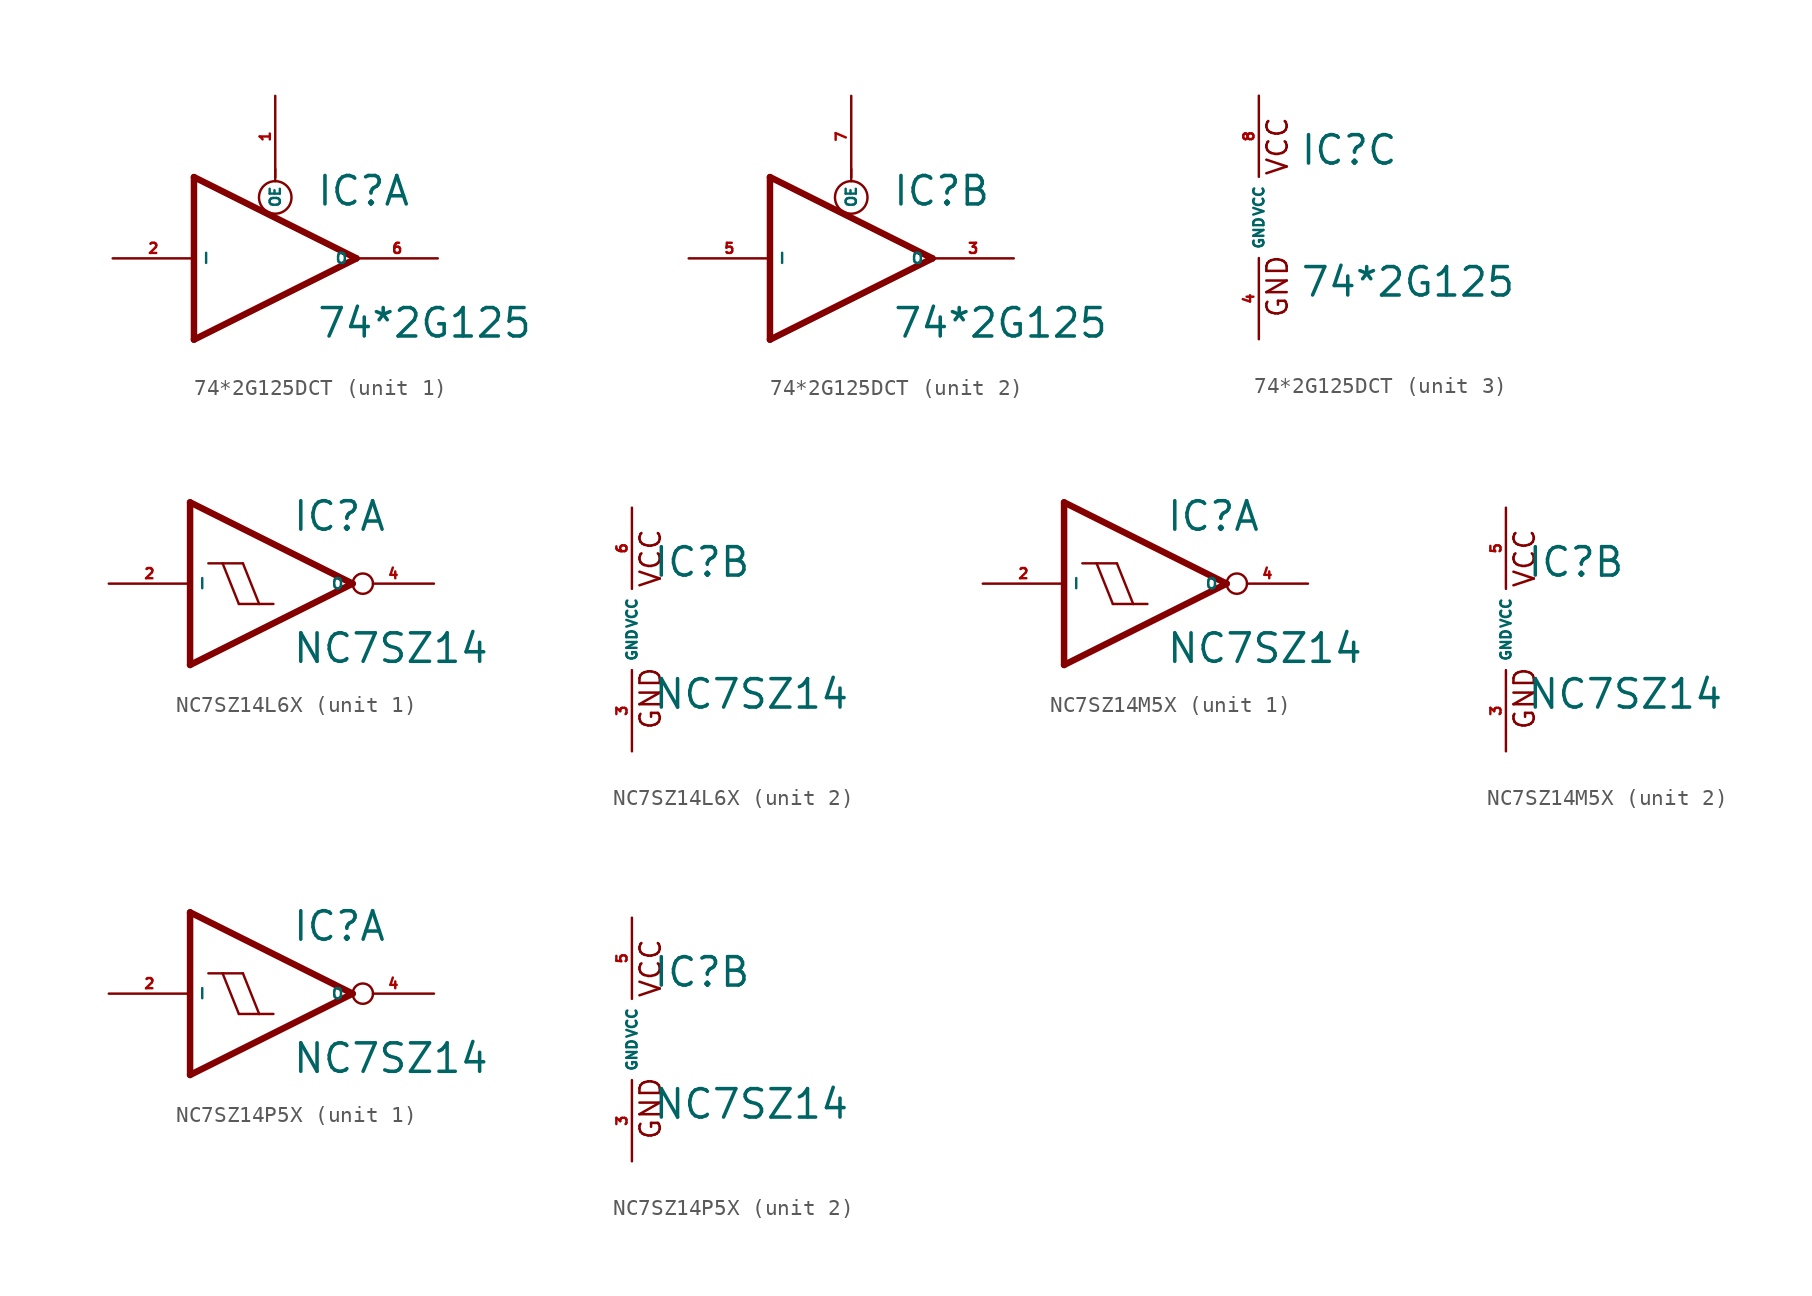
<source format=kicad_sym>
(kicad_symbol_lib
  (version 20220914)
  (generator Eagle2Kicad)
  (symbol "74*2G125DCT"
    (property "Reference" "IC"
      (at 2.54 3.175 0)
      (effects (font (size 1.778 1.778) (thickness 0.22)) (justify left bottom)))
    (property "Value" "74*2G125"
      (at 2.54 -5.08 0)
      (effects (font (size 1.778 1.778) (thickness 0.22)) (justify left bottom)))
    (symbol "74*2G125DCT_1_0"
      (polyline (pts (xy 5.08 0) (xy -5.08 5.08)) (stroke (width 0.406) (type default)) (fill (type none)))
      (polyline (pts (xy 5.08 0) (xy -5.08 -5.08)) (stroke (width 0.406) (type default)) (fill (type none)))
      (polyline (pts (xy -5.08 -5.08) (xy -5.08 5.08)) (stroke (width 0.406) (type default)) (fill (type none)))
      (polyline (pts (xy 0 4.826) (xy 0 5.588)) (stroke (width 0.152) (type default)) (fill (type none)))
      (circle (center 0 3.81) (radius 1.016) (stroke (width 0.152) (type default)) (fill (type none)))
      (pin input line (at 0 10.16 270) (length 5.08) (name "OE" (effects (font (size 0.635 0.635) (thickness 0.08)) (justify left bottom))) (number "1" (effects (font (size 0.635 0.635) (thickness 0.08)) (justify left bottom))))
      (pin input line (at -10.16 0 0) (length 5.08) (name "I" (effects (font (size 0.635 0.635) (thickness 0.08)) (justify left bottom))) (number "2" (effects (font (size 0.635 0.635) (thickness 0.08)) (justify left bottom))))
      (pin tri_state line (at 10.16 0 180) (length 5.08) (name "O" (effects (font (size 0.635 0.635) (thickness 0.08)) (justify left bottom))) (number "6" (effects (font (size 0.635 0.635) (thickness 0.08)) (justify left bottom)))))
    (symbol "74*2G125DCT_2_0"
      (polyline (pts (xy 5.08 0) (xy -5.08 5.08)) (stroke (width 0.406) (type default)) (fill (type none)))
      (polyline (pts (xy 5.08 0) (xy -5.08 -5.08)) (stroke (width 0.406) (type default)) (fill (type none)))
      (polyline (pts (xy -5.08 -5.08) (xy -5.08 5.08)) (stroke (width 0.406) (type default)) (fill (type none)))
      (polyline (pts (xy 0 4.826) (xy 0 5.588)) (stroke (width 0.152) (type default)) (fill (type none)))
      (circle (center 0 3.81) (radius 1.016) (stroke (width 0.152) (type default)) (fill (type none)))
      (pin input line (at 0 10.16 270) (length 5.08) (name "OE" (effects (font (size 0.635 0.635) (thickness 0.08)) (justify left bottom))) (number "7" (effects (font (size 0.635 0.635) (thickness 0.08)) (justify left bottom))))
      (pin input line (at -10.16 0 0) (length 5.08) (name "I" (effects (font (size 0.635 0.635) (thickness 0.08)) (justify left bottom))) (number "5" (effects (font (size 0.635 0.635) (thickness 0.08)) (justify left bottom))))
      (pin tri_state line (at 10.16 0 180) (length 5.08) (name "O" (effects (font (size 0.635 0.635) (thickness 0.08)) (justify left bottom))) (number "3" (effects (font (size 0.635 0.635) (thickness 0.08)) (justify left bottom)))))
    (symbol "74*2G125DCT_3_0"
      (text "GND" (at 1.905 -6.35 900) (effects (font (size 1.27 1.27) (thickness 0.16)) (justify left bottom)))
      (text "VCC" (at 1.905 2.54 900) (effects (font (size 1.27 1.27) (thickness 0.16)) (justify left bottom)))
      (pin unspecified line (at 0 -7.62 90) (length 5.08) (name "GND" (effects (font (size 0.635 0.635) (thickness 0.08)) (justify left bottom))) (number "4" (effects (font (size 0.635 0.635) (thickness 0.08)) (justify left bottom))))
      (pin unspecified line (at 0 7.62 270) (length 5.08) (name "VCC" (effects (font (size 0.635 0.635) (thickness 0.08)) (justify left bottom))) (number "8" (effects (font (size 0.635 0.635) (thickness 0.08)) (justify left bottom))))))
  (symbol "NC7SZ14L6X"
    (property "Reference" "IC"
      (at 1.27 3.175 0)
      (effects (font (size 1.778 1.778) (thickness 0.22)) (justify left bottom)))
    (property "Value" "NC7SZ14"
      (at 1.27 -5.08 0)
      (effects (font (size 1.778 1.778) (thickness 0.22)) (justify left bottom)))
    (symbol "NC7SZ14L6X_1_0"
      (polyline (pts (xy -5.08 5.08) (xy 5.08 0)) (stroke (width 0.406) (type default)) (fill (type none)))
      (polyline (pts (xy 5.08 0) (xy -5.08 -5.08)) (stroke (width 0.406) (type default)) (fill (type none)))
      (polyline (pts (xy -5.08 -5.08) (xy -5.08 5.08)) (stroke (width 0.406) (type default)) (fill (type none)))
      (polyline (pts (xy -0.762 -1.27) (xy -1.778 1.27)) (stroke (width 0.152) (type default)) (fill (type none)))
      (polyline (pts (xy -2.032 -1.27) (xy -3.048 1.27)) (stroke (width 0.152) (type default)) (fill (type none)))
      (polyline (pts (xy -2.032 -1.27) (xy -0.762 -1.27)) (stroke (width 0.152) (type default)) (fill (type none)))
      (polyline (pts (xy -0.762 -1.27) (xy 0.127 -1.27)) (stroke (width 0.152) (type default)) (fill (type none)))
      (polyline (pts (xy -3.937 1.27) (xy -3.048 1.27)) (stroke (width 0.152) (type default)) (fill (type none)))
      (polyline (pts (xy -3.048 1.27) (xy -1.778 1.27)) (stroke (width 0.152) (type default)) (fill (type none)))
      (pin input line (at -10.16 0 0) (length 5.08) (name "I" (effects (font (size 0.635 0.635) (thickness 0.08)) (justify left bottom))) (number "2" (effects (font (size 0.635 0.635) (thickness 0.08)) (justify left bottom))))
      (pin output inverted (at 10.16 0 180) (length 5.08) (name "O" (effects (font (size 0.635 0.635) (thickness 0.08)) (justify left bottom))) (number "4" (effects (font (size 0.635 0.635) (thickness 0.08)) (justify left bottom)))))
    (symbol "NC7SZ14L6X_2_0"
      (text "GND" (at 1.905 -6.35 900) (effects (font (size 1.27 1.27) (thickness 0.16)) (justify left bottom)))
      (text "VCC" (at 1.905 2.54 900) (effects (font (size 1.27 1.27) (thickness 0.16)) (justify left bottom)))
      (pin unspecified line (at 0 -7.62 90) (length 5.08) (name "GND" (effects (font (size 0.635 0.635) (thickness 0.08)) (justify left bottom))) (number "3" (effects (font (size 0.635 0.635) (thickness 0.08)) (justify left bottom))))
      (pin unspecified line (at 0 7.62 270) (length 5.08) (name "VCC" (effects (font (size 0.635 0.635) (thickness 0.08)) (justify left bottom))) (number "6" (effects (font (size 0.635 0.635) (thickness 0.08)) (justify left bottom))))))
  (symbol "NC7SZ14M5X"
    (property "Reference" "IC"
      (at 1.27 3.175 0)
      (effects (font (size 1.778 1.778) (thickness 0.22)) (justify left bottom)))
    (property "Value" "NC7SZ14"
      (at 1.27 -5.08 0)
      (effects (font (size 1.778 1.778) (thickness 0.22)) (justify left bottom)))
    (symbol "NC7SZ14M5X_1_0"
      (polyline (pts (xy -5.08 5.08) (xy 5.08 0)) (stroke (width 0.406) (type default)) (fill (type none)))
      (polyline (pts (xy 5.08 0) (xy -5.08 -5.08)) (stroke (width 0.406) (type default)) (fill (type none)))
      (polyline (pts (xy -5.08 -5.08) (xy -5.08 5.08)) (stroke (width 0.406) (type default)) (fill (type none)))
      (polyline (pts (xy -0.762 -1.27) (xy -1.778 1.27)) (stroke (width 0.152) (type default)) (fill (type none)))
      (polyline (pts (xy -2.032 -1.27) (xy -3.048 1.27)) (stroke (width 0.152) (type default)) (fill (type none)))
      (polyline (pts (xy -2.032 -1.27) (xy -0.762 -1.27)) (stroke (width 0.152) (type default)) (fill (type none)))
      (polyline (pts (xy -0.762 -1.27) (xy 0.127 -1.27)) (stroke (width 0.152) (type default)) (fill (type none)))
      (polyline (pts (xy -3.937 1.27) (xy -3.048 1.27)) (stroke (width 0.152) (type default)) (fill (type none)))
      (polyline (pts (xy -3.048 1.27) (xy -1.778 1.27)) (stroke (width 0.152) (type default)) (fill (type none)))
      (pin input line (at -10.16 0 0) (length 5.08) (name "I" (effects (font (size 0.635 0.635) (thickness 0.08)) (justify left bottom))) (number "2" (effects (font (size 0.635 0.635) (thickness 0.08)) (justify left bottom))))
      (pin output inverted (at 10.16 0 180) (length 5.08) (name "O" (effects (font (size 0.635 0.635) (thickness 0.08)) (justify left bottom))) (number "4" (effects (font (size 0.635 0.635) (thickness 0.08)) (justify left bottom)))))
    (symbol "NC7SZ14M5X_2_0"
      (text "GND" (at 1.905 -6.35 900) (effects (font (size 1.27 1.27) (thickness 0.16)) (justify left bottom)))
      (text "VCC" (at 1.905 2.54 900) (effects (font (size 1.27 1.27) (thickness 0.16)) (justify left bottom)))
      (pin unspecified line (at 0 -7.62 90) (length 5.08) (name "GND" (effects (font (size 0.635 0.635) (thickness 0.08)) (justify left bottom))) (number "3" (effects (font (size 0.635 0.635) (thickness 0.08)) (justify left bottom))))
      (pin unspecified line (at 0 7.62 270) (length 5.08) (name "VCC" (effects (font (size 0.635 0.635) (thickness 0.08)) (justify left bottom))) (number "5" (effects (font (size 0.635 0.635) (thickness 0.08)) (justify left bottom))))))
  (symbol "NC7SZ14P5X"
    (property "Reference" "IC"
      (at 1.27 3.175 0)
      (effects (font (size 1.778 1.778) (thickness 0.22)) (justify left bottom)))
    (property "Value" "NC7SZ14"
      (at 1.27 -5.08 0)
      (effects (font (size 1.778 1.778) (thickness 0.22)) (justify left bottom)))
    (symbol "NC7SZ14P5X_1_0"
      (polyline (pts (xy -5.08 5.08) (xy 5.08 0)) (stroke (width 0.406) (type default)) (fill (type none)))
      (polyline (pts (xy 5.08 0) (xy -5.08 -5.08)) (stroke (width 0.406) (type default)) (fill (type none)))
      (polyline (pts (xy -5.08 -5.08) (xy -5.08 5.08)) (stroke (width 0.406) (type default)) (fill (type none)))
      (polyline (pts (xy -0.762 -1.27) (xy -1.778 1.27)) (stroke (width 0.152) (type default)) (fill (type none)))
      (polyline (pts (xy -2.032 -1.27) (xy -3.048 1.27)) (stroke (width 0.152) (type default)) (fill (type none)))
      (polyline (pts (xy -2.032 -1.27) (xy -0.762 -1.27)) (stroke (width 0.152) (type default)) (fill (type none)))
      (polyline (pts (xy -0.762 -1.27) (xy 0.127 -1.27)) (stroke (width 0.152) (type default)) (fill (type none)))
      (polyline (pts (xy -3.937 1.27) (xy -3.048 1.27)) (stroke (width 0.152) (type default)) (fill (type none)))
      (polyline (pts (xy -3.048 1.27) (xy -1.778 1.27)) (stroke (width 0.152) (type default)) (fill (type none)))
      (pin input line (at -10.16 0 0) (length 5.08) (name "I" (effects (font (size 0.635 0.635) (thickness 0.08)) (justify left bottom))) (number "2" (effects (font (size 0.635 0.635) (thickness 0.08)) (justify left bottom))))
      (pin output inverted (at 10.16 0 180) (length 5.08) (name "O" (effects (font (size 0.635 0.635) (thickness 0.08)) (justify left bottom))) (number "4" (effects (font (size 0.635 0.635) (thickness 0.08)) (justify left bottom)))))
    (symbol "NC7SZ14P5X_2_0"
      (text "GND" (at 1.905 -6.35 900) (effects (font (size 1.27 1.27) (thickness 0.16)) (justify left bottom)))
      (text "VCC" (at 1.905 2.54 900) (effects (font (size 1.27 1.27) (thickness 0.16)) (justify left bottom)))
      (pin unspecified line (at 0 -7.62 90) (length 5.08) (name "GND" (effects (font (size 0.635 0.635) (thickness 0.08)) (justify left bottom))) (number "3" (effects (font (size 0.635 0.635) (thickness 0.08)) (justify left bottom))))
      (pin unspecified line (at 0 7.62 270) (length 5.08) (name "VCC" (effects (font (size 0.635 0.635) (thickness 0.08)) (justify left bottom))) (number "5" (effects (font (size 0.635 0.635) (thickness 0.08)) (justify left bottom)))))))
</source>
